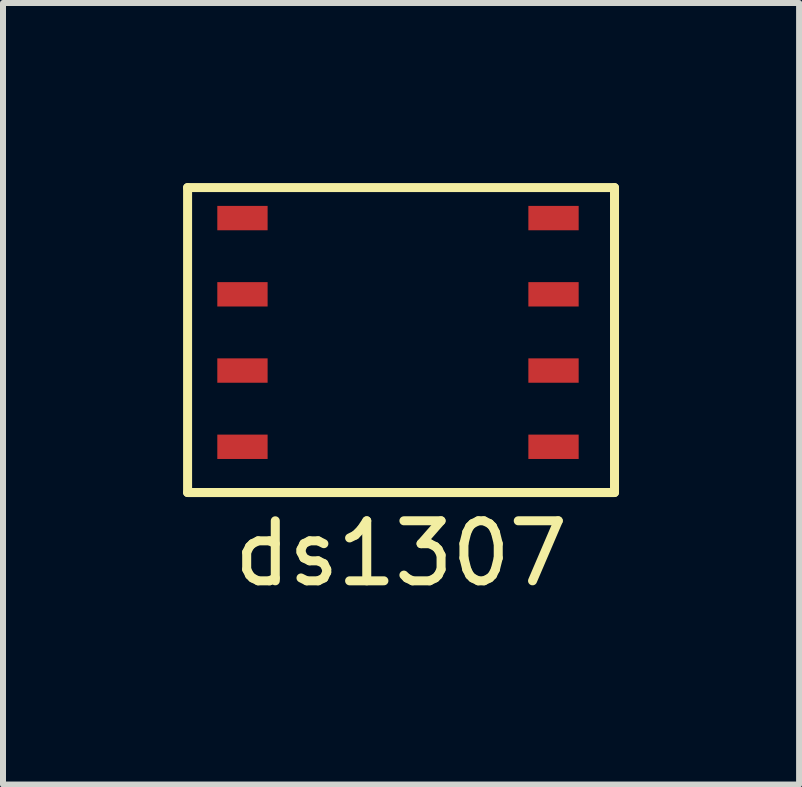
<source format=kicad_pcb>
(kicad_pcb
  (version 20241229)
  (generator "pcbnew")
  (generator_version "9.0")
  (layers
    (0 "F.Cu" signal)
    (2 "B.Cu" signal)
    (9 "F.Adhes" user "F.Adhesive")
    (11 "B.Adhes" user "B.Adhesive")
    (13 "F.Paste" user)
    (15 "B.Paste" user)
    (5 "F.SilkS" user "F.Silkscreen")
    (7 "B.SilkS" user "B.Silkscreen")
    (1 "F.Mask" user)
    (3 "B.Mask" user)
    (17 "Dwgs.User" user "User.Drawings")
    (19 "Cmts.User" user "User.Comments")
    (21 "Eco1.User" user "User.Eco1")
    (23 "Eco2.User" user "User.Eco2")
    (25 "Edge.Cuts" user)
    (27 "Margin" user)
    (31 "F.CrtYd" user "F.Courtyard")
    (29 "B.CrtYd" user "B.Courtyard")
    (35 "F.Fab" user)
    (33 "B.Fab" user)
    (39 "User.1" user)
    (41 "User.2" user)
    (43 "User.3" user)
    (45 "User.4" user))
  (footprint "ds1307"
    (layer "F.Cu")
    (at 3.885 2.361)
    (property "Reference" "ds1307" (at -0.254 3.81 0) (layer "F.SilkS") (effects (font (size 1 1) (thickness 0.15))))
    (attr through_hole)
    (fp_line (start -3.81 -2.286) (end 3.302 -2.286) (stroke (width 0.15) (type solid)) (layer "F.SilkS"))
    (fp_line (start -3.81 2.794) (end -3.81 -2.286) (stroke (width 0.15) (type solid)) (layer "F.SilkS"))
    (fp_line (start 3.302 -2.286) (end 3.302 2.794) (stroke (width 0.15) (type solid)) (layer "F.SilkS"))
    (fp_line (start 3.302 2.794) (end -3.81 2.794) (stroke (width 0.15) (type solid)) (layer "F.SilkS"))
    (pad "1" smd rect (at -2.896 -1.778) (size 0.838 0.406) (layers "F.Cu" "F.Mask" "F.Paste"))
    (pad "2" smd rect (at -2.896 -0.508) (size 0.838 0.406) (layers "F.Cu" "F.Mask" "F.Paste"))
    (pad "3" smd rect (at -2.896 0.762) (size 0.838 0.406) (layers "F.Cu" "F.Mask" "F.Paste"))
    (pad "4" smd rect (at -2.896 2.032) (size 0.838 0.406) (layers "F.Cu" "F.Mask" "F.Paste"))
    (pad "5" smd rect (at 2.286 2.032) (size 0.838 0.406) (layers "F.Cu" "F.Mask" "F.Paste"))
    (pad "6" smd rect (at 2.286 0.762) (size 0.838 0.406) (layers "F.Cu" "F.Mask" "F.Paste"))
    (pad "7" smd rect (at 2.286 -0.508) (size 0.838 0.406) (layers "F.Cu" "F.Mask" "F.Paste"))
    (pad "8" smd rect (at 2.286 -1.778) (size 0.838 0.406) (layers "F.Cu" "F.Mask" "F.Paste")))
  (gr_rect
    (start -3 -3)
    (end 10.262 10.019)
    (stroke (width 0.1) (type default))
    (fill no)
    (layer "Edge.Cuts")))
</source>
